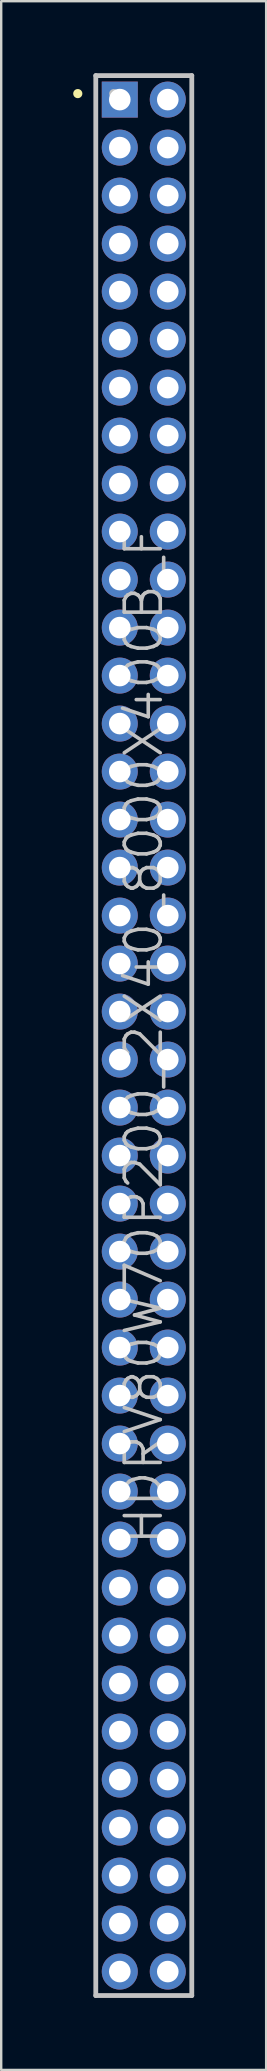
<source format=kicad_pcb>
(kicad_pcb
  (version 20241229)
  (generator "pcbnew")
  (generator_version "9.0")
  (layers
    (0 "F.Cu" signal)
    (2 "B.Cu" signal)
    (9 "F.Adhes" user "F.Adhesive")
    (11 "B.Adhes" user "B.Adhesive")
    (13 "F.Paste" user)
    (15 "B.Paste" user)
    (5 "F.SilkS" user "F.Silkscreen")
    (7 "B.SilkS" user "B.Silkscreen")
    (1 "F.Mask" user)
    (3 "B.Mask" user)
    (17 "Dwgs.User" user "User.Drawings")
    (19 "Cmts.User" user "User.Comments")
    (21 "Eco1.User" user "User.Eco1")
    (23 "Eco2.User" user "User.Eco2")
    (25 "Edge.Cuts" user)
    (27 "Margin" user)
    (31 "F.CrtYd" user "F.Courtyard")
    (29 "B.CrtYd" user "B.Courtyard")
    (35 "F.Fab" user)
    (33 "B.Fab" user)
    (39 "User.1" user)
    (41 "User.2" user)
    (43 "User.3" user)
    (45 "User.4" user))
  (footprint "HDRV80W70P200_2X40_8000X400B_F"
    (layer "F.Cu")
    (at 2.941 40.1)
    (property "Reference" "HDRV80W70P200_2X40_8000X400B_F" (at 0 0 90) (layer "Dwgs.User") (effects (font (size 1.5 1.5) (thickness 0.15))))
    (attr through_hole)
    (fp_line (start -2.75 -39.25) (end -2.75 -39.25) (stroke (width 0.381) (type solid)) (layer "F.SilkS"))
    (fp_line (start -2 -40) (end -2 40) (stroke (width 0.2) (type solid)) (layer "Dwgs.User"))
    (fp_line (start -2 -40) (end 2 -40) (stroke (width 0.2) (type solid)) (layer "Dwgs.User"))
    (fp_line (start -2 40) (end 2 40) (stroke (width 0.2) (type solid)) (layer "Dwgs.User"))
    (fp_line (start -1.25 -39.25) (end -1.25 -39.25) (stroke (width 0.381) (type solid)) (layer "Dwgs.User"))
    (fp_line (start 2 -40) (end 2 40) (stroke (width 0.2) (type solid)) (layer "Dwgs.User"))
    (pad "1" thru_hole rect (at -1 -39) (size 1.5 1.5) (drill 0.9) (layers "*.Cu" "*.Mask"))
    (pad "2" thru_hole circle (at 1 -39 270) (size 1.5 1.5) (drill 0.9) (layers "*.Cu" "*.Mask"))
    (pad "3" thru_hole circle (at -1 -37 270) (size 1.5 1.5) (drill 0.9) (layers "*.Cu" "*.Mask"))
    (pad "4" thru_hole circle (at 1 -37 270) (size 1.5 1.5) (drill 0.9) (layers "*.Cu" "*.Mask"))
    (pad "5" thru_hole circle (at -1 -35 270) (size 1.5 1.5) (drill 0.9) (layers "*.Cu" "*.Mask"))
    (pad "6" thru_hole circle (at 1 -35 270) (size 1.5 1.5) (drill 0.9) (layers "*.Cu" "*.Mask"))
    (pad "7" thru_hole circle (at -1 -33 270) (size 1.5 1.5) (drill 0.9) (layers "*.Cu" "*.Mask"))
    (pad "8" thru_hole circle (at 1 -33 270) (size 1.5 1.5) (drill 0.9) (layers "*.Cu" "*.Mask"))
    (pad "9" thru_hole circle (at -1 -31 270) (size 1.5 1.5) (drill 0.9) (layers "*.Cu" "*.Mask"))
    (pad "10" thru_hole circle (at 1 -31 270) (size 1.5 1.5) (drill 0.9) (layers "*.Cu" "*.Mask"))
    (pad "11" thru_hole circle (at -1 -29 270) (size 1.5 1.5) (drill 0.9) (layers "*.Cu" "*.Mask"))
    (pad "12" thru_hole circle (at 1 -29 270) (size 1.5 1.5) (drill 0.9) (layers "*.Cu" "*.Mask"))
    (pad "13" thru_hole circle (at -1 -27 270) (size 1.5 1.5) (drill 0.9) (layers "*.Cu" "*.Mask"))
    (pad "14" thru_hole circle (at 1 -27 270) (size 1.5 1.5) (drill 0.9) (layers "*.Cu" "*.Mask"))
    (pad "15" thru_hole circle (at -1 -25 270) (size 1.5 1.5) (drill 0.9) (layers "*.Cu" "*.Mask"))
    (pad "16" thru_hole circle (at 1 -25 270) (size 1.5 1.5) (drill 0.9) (layers "*.Cu" "*.Mask"))
    (pad "17" thru_hole circle (at -1 -23 270) (size 1.5 1.5) (drill 0.9) (layers "*.Cu" "*.Mask"))
    (pad "18" thru_hole circle (at 1 -23 270) (size 1.5 1.5) (drill 0.9) (layers "*.Cu" "*.Mask"))
    (pad "19" thru_hole circle (at -1 -21 270) (size 1.5 1.5) (drill 0.9) (layers "*.Cu" "*.Mask"))
    (pad "20" thru_hole circle (at 1 -21 270) (size 1.5 1.5) (drill 0.9) (layers "*.Cu" "*.Mask"))
    (pad "21" thru_hole circle (at -1 -19 270) (size 1.5 1.5) (drill 0.9) (layers "*.Cu" "*.Mask"))
    (pad "22" thru_hole circle (at 1 -19 270) (size 1.5 1.5) (drill 0.9) (layers "*.Cu" "*.Mask"))
    (pad "23" thru_hole circle (at -1 -17 270) (size 1.5 1.5) (drill 0.9) (layers "*.Cu" "*.Mask"))
    (pad "24" thru_hole circle (at 1 -17 270) (size 1.5 1.5) (drill 0.9) (layers "*.Cu" "*.Mask"))
    (pad "25" thru_hole circle (at -1 -15 270) (size 1.5 1.5) (drill 0.9) (layers "*.Cu" "*.Mask"))
    (pad "26" thru_hole circle (at 1 -15 270) (size 1.5 1.5) (drill 0.9) (layers "*.Cu" "*.Mask"))
    (pad "27" thru_hole circle (at -1 -13 270) (size 1.5 1.5) (drill 0.9) (layers "*.Cu" "*.Mask"))
    (pad "28" thru_hole circle (at 1 -13 270) (size 1.5 1.5) (drill 0.9) (layers "*.Cu" "*.Mask"))
    (pad "29" thru_hole circle (at -1 -11 270) (size 1.5 1.5) (drill 0.9) (layers "*.Cu" "*.Mask"))
    (pad "30" thru_hole circle (at 1 -11 270) (size 1.5 1.5) (drill 0.9) (layers "*.Cu" "*.Mask"))
    (pad "31" thru_hole circle (at -1 -9 270) (size 1.5 1.5) (drill 0.9) (layers "*.Cu" "*.Mask"))
    (pad "32" thru_hole circle (at 1 -9 270) (size 1.5 1.5) (drill 0.9) (layers "*.Cu" "*.Mask"))
    (pad "33" thru_hole circle (at -1 -7 270) (size 1.5 1.5) (drill 0.9) (layers "*.Cu" "*.Mask"))
    (pad "34" thru_hole circle (at 1 -7 270) (size 1.5 1.5) (drill 0.9) (layers "*.Cu" "*.Mask"))
    (pad "35" thru_hole circle (at -1 -5 270) (size 1.5 1.5) (drill 0.9) (layers "*.Cu" "*.Mask"))
    (pad "36" thru_hole circle (at 1 -5 270) (size 1.5 1.5) (drill 0.9) (layers "*.Cu" "*.Mask"))
    (pad "37" thru_hole circle (at -1 -3 270) (size 1.5 1.5) (drill 0.9) (layers "*.Cu" "*.Mask"))
    (pad "38" thru_hole circle (at 1 -3 270) (size 1.5 1.5) (drill 0.9) (layers "*.Cu" "*.Mask"))
    (pad "39" thru_hole circle (at -1 -1 270) (size 1.5 1.5) (drill 0.9) (layers "*.Cu" "*.Mask"))
    (pad "40" thru_hole circle (at 1 -1 270) (size 1.5 1.5) (drill 0.9) (layers "*.Cu" "*.Mask"))
    (pad "41" thru_hole circle (at -1 1 270) (size 1.5 1.5) (drill 0.9) (layers "*.Cu" "*.Mask"))
    (pad "42" thru_hole circle (at 1 1 270) (size 1.5 1.5) (drill 0.9) (layers "*.Cu" "*.Mask"))
    (pad "43" thru_hole circle (at -1 3 270) (size 1.5 1.5) (drill 0.9) (layers "*.Cu" "*.Mask"))
    (pad "44" thru_hole circle (at 1 3 270) (size 1.5 1.5) (drill 0.9) (layers "*.Cu" "*.Mask"))
    (pad "45" thru_hole circle (at -1 5 270) (size 1.5 1.5) (drill 0.9) (layers "*.Cu" "*.Mask"))
    (pad "46" thru_hole circle (at 1 5 270) (size 1.5 1.5) (drill 0.9) (layers "*.Cu" "*.Mask"))
    (pad "47" thru_hole circle (at -1 7 270) (size 1.5 1.5) (drill 0.9) (layers "*.Cu" "*.Mask"))
    (pad "48" thru_hole circle (at 1 7 270) (size 1.5 1.5) (drill 0.9) (layers "*.Cu" "*.Mask"))
    (pad "49" thru_hole circle (at -1 9 270) (size 1.5 1.5) (drill 0.9) (layers "*.Cu" "*.Mask"))
    (pad "50" thru_hole circle (at 1 9 270) (size 1.5 1.5) (drill 0.9) (layers "*.Cu" "*.Mask"))
    (pad "51" thru_hole circle (at -1 11 270) (size 1.5 1.5) (drill 0.9) (layers "*.Cu" "*.Mask"))
    (pad "52" thru_hole circle (at 1 11 270) (size 1.5 1.5) (drill 0.9) (layers "*.Cu" "*.Mask"))
    (pad "53" thru_hole circle (at -1 13 270) (size 1.5 1.5) (drill 0.9) (layers "*.Cu" "*.Mask"))
    (pad "54" thru_hole circle (at 1 13 270) (size 1.5 1.5) (drill 0.9) (layers "*.Cu" "*.Mask"))
    (pad "55" thru_hole circle (at -1 15 270) (size 1.5 1.5) (drill 0.9) (layers "*.Cu" "*.Mask"))
    (pad "56" thru_hole circle (at 1 15 270) (size 1.5 1.5) (drill 0.9) (layers "*.Cu" "*.Mask"))
    (pad "57" thru_hole circle (at -1 17 270) (size 1.5 1.5) (drill 0.9) (layers "*.Cu" "*.Mask"))
    (pad "58" thru_hole circle (at 1 17 270) (size 1.5 1.5) (drill 0.9) (layers "*.Cu" "*.Mask"))
    (pad "59" thru_hole circle (at -1 19 270) (size 1.5 1.5) (drill 0.9) (layers "*.Cu" "*.Mask"))
    (pad "60" thru_hole circle (at 1 19 270) (size 1.5 1.5) (drill 0.9) (layers "*.Cu" "*.Mask"))
    (pad "61" thru_hole circle (at -1 21 270) (size 1.5 1.5) (drill 0.9) (layers "*.Cu" "*.Mask"))
    (pad "62" thru_hole circle (at 1 21 270) (size 1.5 1.5) (drill 0.9) (layers "*.Cu" "*.Mask"))
    (pad "63" thru_hole circle (at -1 23 270) (size 1.5 1.5) (drill 0.9) (layers "*.Cu" "*.Mask"))
    (pad "64" thru_hole circle (at 1 23 270) (size 1.5 1.5) (drill 0.9) (layers "*.Cu" "*.Mask"))
    (pad "65" thru_hole circle (at -1 25 270) (size 1.5 1.5) (drill 0.9) (layers "*.Cu" "*.Mask"))
    (pad "66" thru_hole circle (at 1 25 270) (size 1.5 1.5) (drill 0.9) (layers "*.Cu" "*.Mask"))
    (pad "67" thru_hole circle (at -1 27 270) (size 1.5 1.5) (drill 0.9) (layers "*.Cu" "*.Mask"))
    (pad "68" thru_hole circle (at 1 27 270) (size 1.5 1.5) (drill 0.9) (layers "*.Cu" "*.Mask"))
    (pad "69" thru_hole circle (at -1 29 270) (size 1.5 1.5) (drill 0.9) (layers "*.Cu" "*.Mask"))
    (pad "70" thru_hole circle (at 1 29 270) (size 1.5 1.5) (drill 0.9) (layers "*.Cu" "*.Mask"))
    (pad "71" thru_hole circle (at -1 31 270) (size 1.5 1.5) (drill 0.9) (layers "*.Cu" "*.Mask"))
    (pad "72" thru_hole circle (at 1 31 270) (size 1.5 1.5) (drill 0.9) (layers "*.Cu" "*.Mask"))
    (pad "73" thru_hole circle (at -1 33 270) (size 1.5 1.5) (drill 0.9) (layers "*.Cu" "*.Mask"))
    (pad "74" thru_hole circle (at 1 33 270) (size 1.5 1.5) (drill 0.9) (layers "*.Cu" "*.Mask"))
    (pad "75" thru_hole circle (at -1 35 270) (size 1.5 1.5) (drill 0.9) (layers "*.Cu" "*.Mask"))
    (pad "76" thru_hole circle (at 1 35 270) (size 1.5 1.5) (drill 0.9) (layers "*.Cu" "*.Mask"))
    (pad "77" thru_hole circle (at -1 37 270) (size 1.5 1.5) (drill 0.9) (layers "*.Cu" "*.Mask"))
    (pad "78" thru_hole circle (at 1 37 270) (size 1.5 1.5) (drill 0.9) (layers "*.Cu" "*.Mask"))
    (pad "79" thru_hole circle (at -1 39 270) (size 1.5 1.5) (drill 0.9) (layers "*.Cu" "*.Mask"))
    (pad "80" thru_hole circle (at 1 39 270) (size 1.5 1.5) (drill 0.9) (layers "*.Cu" "*.Mask")))
  (gr_rect
    (start -3 -3)
    (end 8.04 83.2)
    (stroke (width 0.1) (type default))
    (fill no)
    (layer "Edge.Cuts")))
</source>
